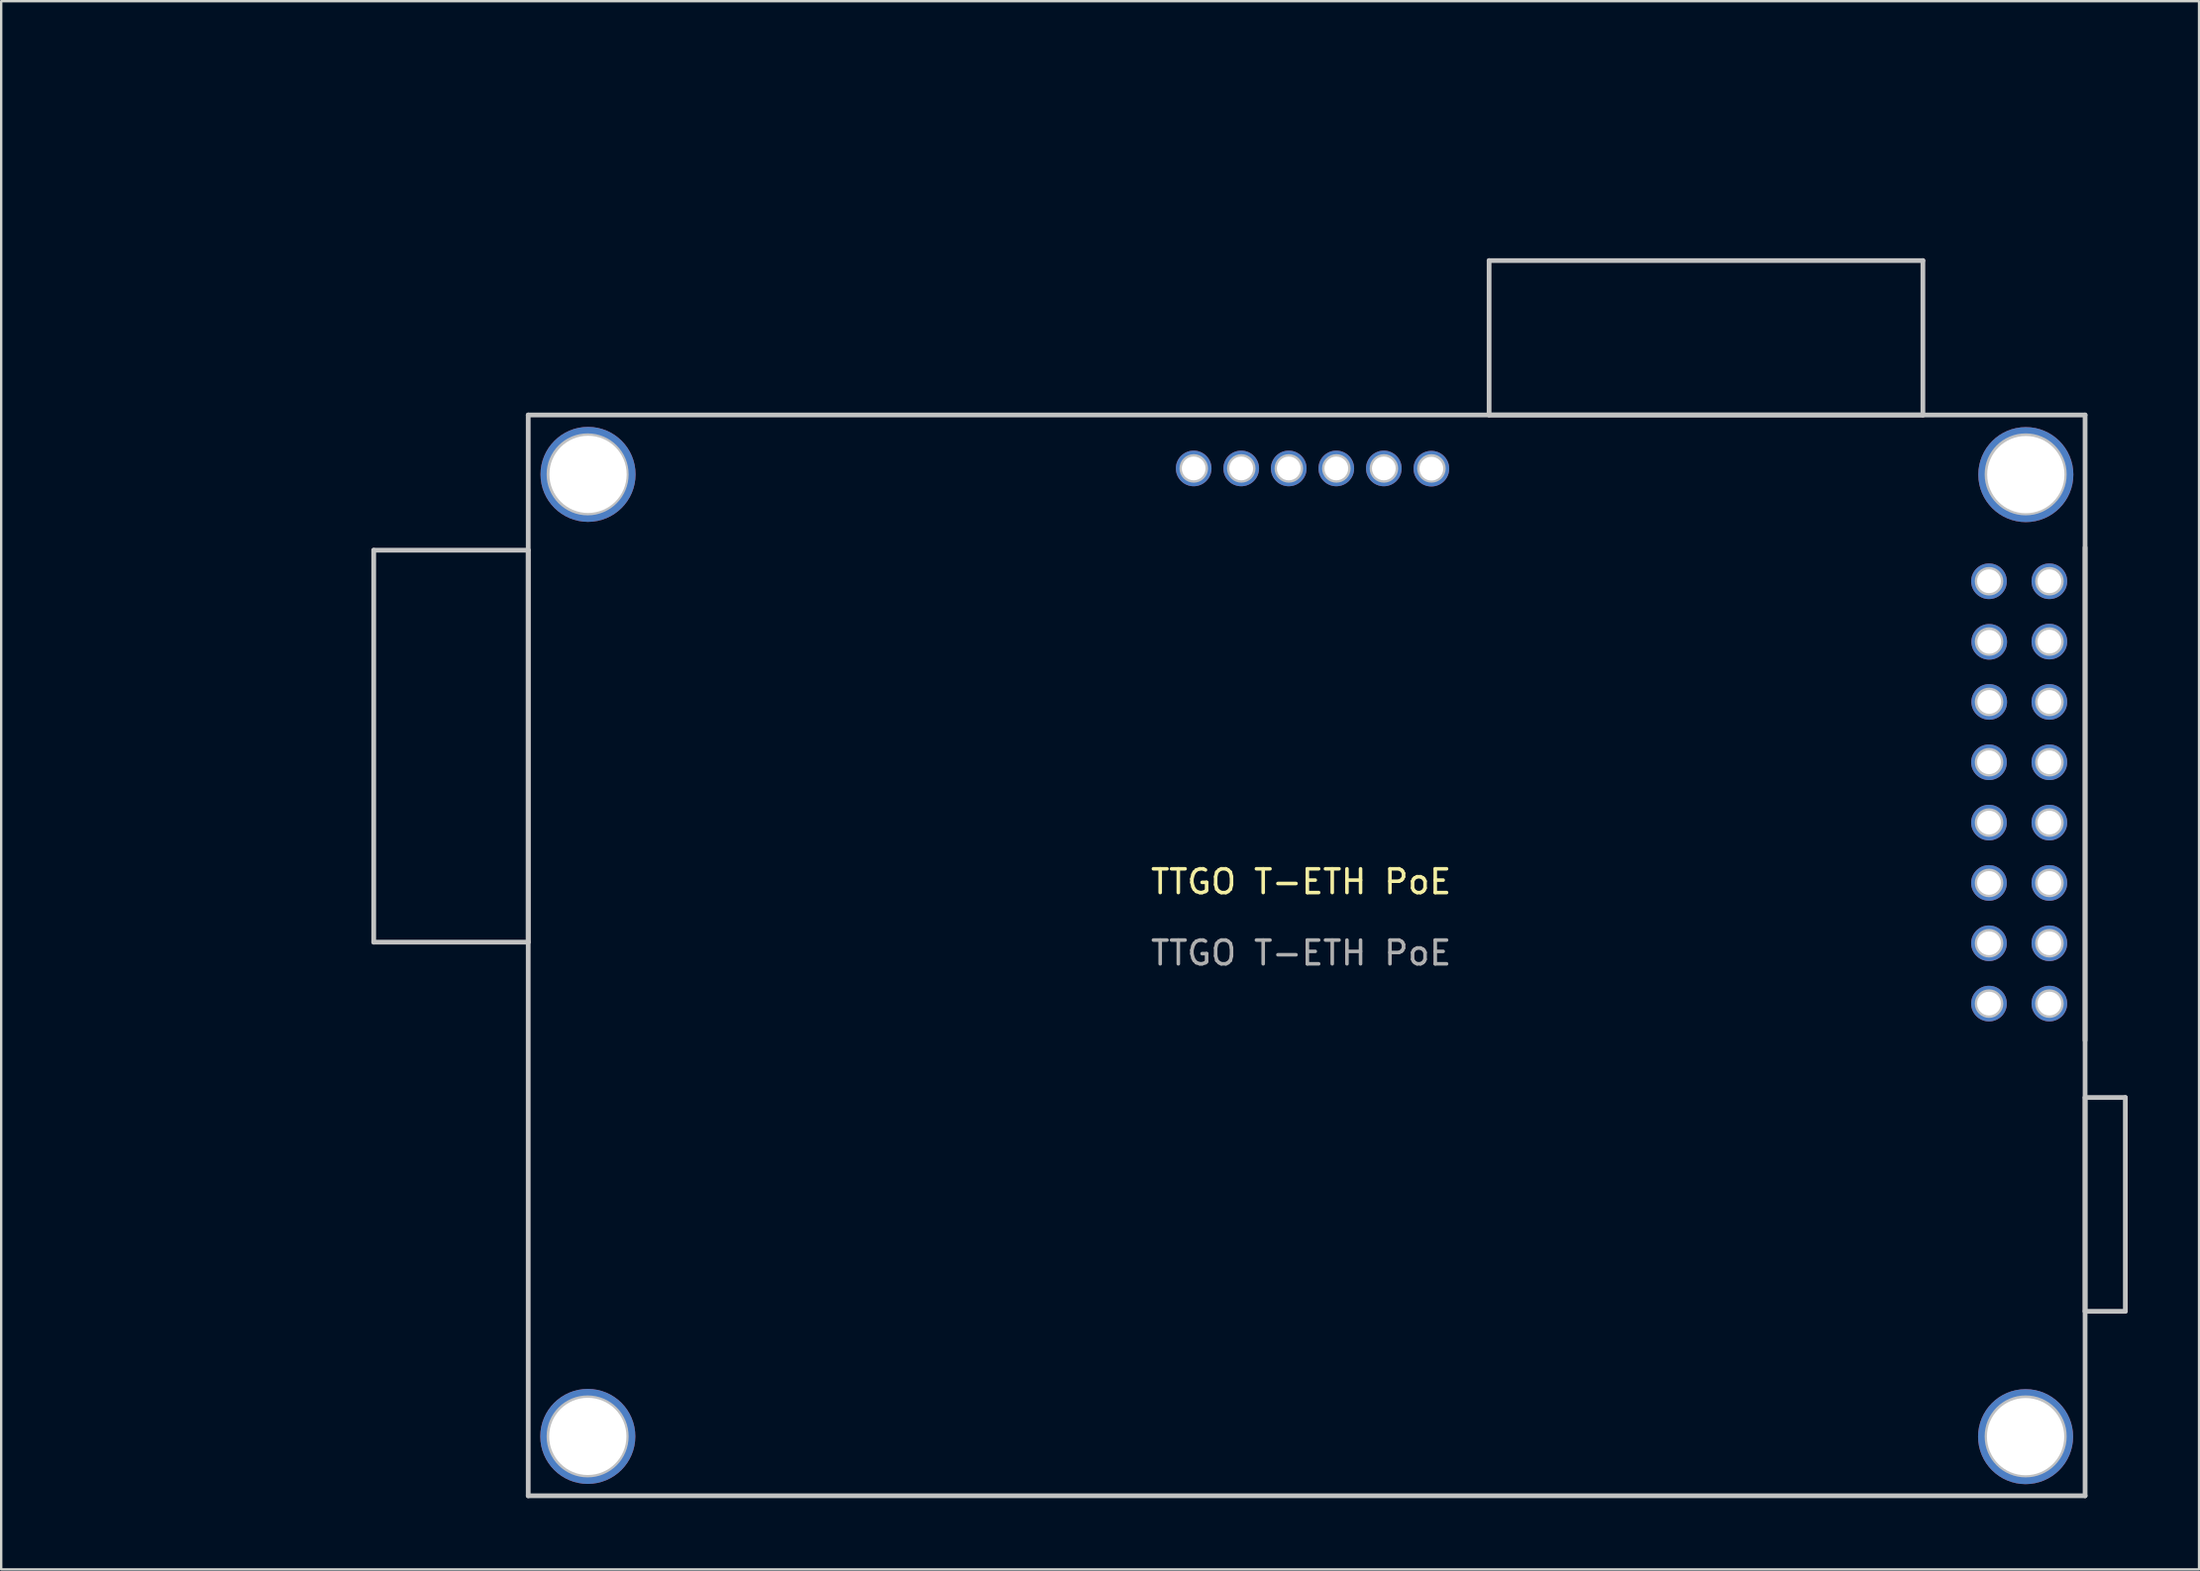
<source format=kicad_pcb>
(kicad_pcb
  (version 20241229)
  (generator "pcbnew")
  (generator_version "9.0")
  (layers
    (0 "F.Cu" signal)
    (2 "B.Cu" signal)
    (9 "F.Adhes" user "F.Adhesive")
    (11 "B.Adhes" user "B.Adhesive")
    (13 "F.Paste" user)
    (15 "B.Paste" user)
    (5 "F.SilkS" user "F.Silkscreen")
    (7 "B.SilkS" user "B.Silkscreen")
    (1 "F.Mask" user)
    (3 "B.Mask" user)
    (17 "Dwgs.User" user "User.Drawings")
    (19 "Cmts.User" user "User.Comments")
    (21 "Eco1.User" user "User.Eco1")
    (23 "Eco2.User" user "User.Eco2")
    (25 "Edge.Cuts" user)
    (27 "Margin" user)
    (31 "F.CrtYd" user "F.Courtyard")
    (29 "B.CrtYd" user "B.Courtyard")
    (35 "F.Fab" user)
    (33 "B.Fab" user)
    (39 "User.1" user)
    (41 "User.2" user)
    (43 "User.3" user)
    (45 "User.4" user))
  (footprint "TTGO T-ETH PoE"
    (layer "F.Cu")
    (at 0.25 0.25)
    (property "Reference" "TTGO T-ETH PoE" (at 51.44 33.82 0) (unlocked yes) (layer "F.SilkS") (effects (font (size 1 1) (thickness 0.15))))
    (attr through_hole)
    (fp_line (start 12.423 19.863) (end 18.923 19.863) (stroke (width 0.2) (type solid)) (layer "Dwgs.User"))
    (fp_line (start 12.423 36.363) (end 12.423 19.863) (stroke (width 0.2) (type solid)) (layer "Dwgs.User"))
    (fp_line (start 18.923 14.17) (end 18.923 59.67) (stroke (width 0.2) (type solid)) (layer "Dwgs.User"))
    (fp_line (start 18.923 19.863) (end 18.923 36.363) (stroke (width 0.2) (type solid)) (layer "Dwgs.User"))
    (fp_line (start 18.923 36.363) (end 12.423 36.363) (stroke (width 0.2) (type solid)) (layer "Dwgs.User"))
    (fp_line (start 18.923 59.67) (end 84.423 59.67) (stroke (width 0.2) (type solid)) (layer "Dwgs.User"))
    (fp_line (start 59.349 7.67) (end 77.599 7.67) (stroke (width 0.2) (type solid)) (layer "Dwgs.User"))
    (fp_line (start 59.349 14.17) (end 59.349 7.67) (stroke (width 0.2) (type solid)) (layer "Dwgs.User"))
    (fp_line (start 77.599 7.67) (end 77.599 14.17) (stroke (width 0.2) (type solid)) (layer "Dwgs.User"))
    (fp_line (start 77.599 14.17) (end 59.349 14.17) (stroke (width 0.2) (type solid)) (layer "Dwgs.User"))
    (fp_line (start 84.423 14.17) (end 18.923 14.17) (stroke (width 0.2) (type solid)) (layer "Dwgs.User"))
    (fp_line (start 84.423 40.499) (end 84.423 19.749) (stroke (width 0.2) (type solid)) (layer "Dwgs.User"))
    (fp_line (start 84.423 42.903) (end 84.423 51.903) (stroke (width 0.2) (type solid)) (layer "Dwgs.User"))
    (fp_line (start 84.423 51.903) (end 86.117 51.903) (stroke (width 0.2) (type solid)) (layer "Dwgs.User"))
    (fp_line (start 84.423 59.67) (end 84.423 14.17) (stroke (width 0.2) (type solid)) (layer "Dwgs.User"))
    (fp_line (start 86.117 42.903) (end 84.423 42.903) (stroke (width 0.2) (type solid)) (layer "Dwgs.User"))
    (fp_line (start 86.117 51.903) (end 86.117 42.903) (stroke (width 0.2) (type solid)) (layer "Dwgs.User"))
    (fp_circle (center 21.423 16.67) (end 23.048 16.67) (stroke (width 0.2) (type solid)) (fill no) (layer "Dwgs.User"))
    (fp_circle (center 21.423 57.17) (end 23.048 57.17) (stroke (width 0.2) (type solid)) (fill no) (layer "Dwgs.User"))
    (fp_circle (center 46.923 16.42) (end 47.423 16.42) (stroke (width 0.2) (type solid)) (fill no) (layer "Dwgs.User"))
    (fp_circle (center 48.923 16.42) (end 49.423 16.42) (stroke (width 0.2) (type solid)) (fill no) (layer "Dwgs.User"))
    (fp_circle (center 50.923 16.42) (end 51.423 16.42) (stroke (width 0.2) (type solid)) (fill no) (layer "Dwgs.User"))
    (fp_circle (center 52.923 16.42) (end 53.423 16.42) (stroke (width 0.2) (type solid)) (fill no) (layer "Dwgs.User"))
    (fp_circle (center 54.923 16.42) (end 55.423 16.42) (stroke (width 0.2) (type solid)) (fill no) (layer "Dwgs.User"))
    (fp_circle (center 56.923 16.42) (end 57.423 16.42) (stroke (width 0.2) (type solid)) (fill no) (layer "Dwgs.User"))
    (fp_circle (center 80.383 21.17) (end 80.883 21.17) (stroke (width 0.2) (type solid)) (fill no) (layer "Dwgs.User"))
    (fp_circle (center 80.383 23.71) (end 80.883 23.71) (stroke (width 0.2) (type solid)) (fill no) (layer "Dwgs.User"))
    (fp_circle (center 80.383 26.25) (end 80.883 26.25) (stroke (width 0.2) (type solid)) (fill no) (layer "Dwgs.User"))
    (fp_circle (center 80.383 28.79) (end 80.883 28.79) (stroke (width 0.2) (type solid)) (fill no) (layer "Dwgs.User"))
    (fp_circle (center 80.383 31.33) (end 80.883 31.33) (stroke (width 0.2) (type solid)) (fill no) (layer "Dwgs.User"))
    (fp_circle (center 80.383 33.87) (end 80.883 33.87) (stroke (width 0.2) (type solid)) (fill no) (layer "Dwgs.User"))
    (fp_circle (center 80.383 36.41) (end 80.883 36.41) (stroke (width 0.2) (type solid)) (fill no) (layer "Dwgs.User"))
    (fp_circle (center 80.383 38.95) (end 80.883 38.95) (stroke (width 0.2) (type solid)) (fill no) (layer "Dwgs.User"))
    (fp_circle (center 81.923 16.67) (end 83.548 16.67) (stroke (width 0.2) (type solid)) (fill no) (layer "Dwgs.User"))
    (fp_circle (center 81.923 57.17) (end 83.548 57.17) (stroke (width 0.2) (type solid)) (fill no) (layer "Dwgs.User"))
    (fp_circle (center 82.923 21.17) (end 83.423 21.17) (stroke (width 0.2) (type solid)) (fill no) (layer "Dwgs.User"))
    (fp_circle (center 82.923 23.71) (end 83.423 23.71) (stroke (width 0.2) (type solid)) (fill no) (layer "Dwgs.User"))
    (fp_circle (center 82.923 26.25) (end 83.423 26.25) (stroke (width 0.2) (type solid)) (fill no) (layer "Dwgs.User"))
    (fp_circle (center 82.923 28.79) (end 83.423 28.79) (stroke (width 0.2) (type solid)) (fill no) (layer "Dwgs.User"))
    (fp_circle (center 82.923 31.33) (end 83.423 31.33) (stroke (width 0.2) (type solid)) (fill no) (layer "Dwgs.User"))
    (fp_circle (center 82.923 33.87) (end 83.423 33.87) (stroke (width 0.2) (type solid)) (fill no) (layer "Dwgs.User"))
    (fp_circle (center 82.923 36.41) (end 83.423 36.41) (stroke (width 0.2) (type solid)) (fill no) (layer "Dwgs.User"))
    (fp_circle (center 82.923 38.95) (end 83.423 38.95) (stroke (width 0.2) (type solid)) (fill no) (layer "Dwgs.User"))
    (fp_text user "${REFERENCE}" (at 51.44 36.82 0) (unlocked yes) (layer "F.Fab") (effects (font (size 1 1) (thickness 0.15))))
    (pad "1" thru_hole circle (at 46.92 16.42) (size 1.5 1.5) (drill 1) (layers "*.Cu" "*.Mask"))
    (pad "2" thru_hole circle (at 48.92 16.42) (size 1.5 1.5) (drill 1) (layers "*.Cu" "*.Mask"))
    (pad "3" thru_hole circle (at 50.92 16.42) (size 1.5 1.5) (drill 1) (layers "*.Cu" "*.Mask"))
    (pad "4" thru_hole circle (at 52.92 16.42) (size 1.5 1.5) (drill 1) (layers "*.Cu" "*.Mask"))
    (pad "5" thru_hole circle (at 54.92 16.42) (size 1.5 1.5) (drill 1) (layers "*.Cu" "*.Mask"))
    (pad "6" thru_hole circle (at 56.92 16.43) (size 1.5 1.5) (drill 1) (layers "*.Cu" "*.Mask"))
    (pad "7" thru_hole circle (at 80.38 21.17) (size 1.5 1.5) (drill 1) (layers "*.Cu" "*.Mask"))
    (pad "8" thru_hole circle (at 80.39 23.72) (size 1.5 1.5) (drill 1) (layers "*.Cu" "*.Mask"))
    (pad "9" thru_hole circle (at 80.39 26.25) (size 1.5 1.5) (drill 1) (layers "*.Cu" "*.Mask"))
    (pad "10" thru_hole circle (at 80.38 28.79) (size 1.5 1.5) (drill 1) (layers "*.Cu" "*.Mask"))
    (pad "11" thru_hole circle (at 80.38 31.33) (size 1.5 1.5) (drill 1) (layers "*.Cu" "*.Mask"))
    (pad "12" thru_hole circle (at 80.38 33.87) (size 1.5 1.5) (drill 1) (layers "*.Cu" "*.Mask"))
    (pad "13" thru_hole circle (at 80.38 36.41) (size 1.5 1.5) (drill 1) (layers "*.Cu" "*.Mask"))
    (pad "14" thru_hole circle (at 80.38 38.95) (size 1.5 1.5) (drill 1) (layers "*.Cu" "*.Mask"))
    (pad "15" thru_hole circle (at 82.92 21.17) (size 1.5 1.5) (drill 1) (layers "*.Cu" "*.Mask"))
    (pad "16" thru_hole circle (at 82.92 23.71) (size 1.5 1.5) (drill 1) (layers "*.Cu" "*.Mask"))
    (pad "17" thru_hole circle (at 82.92 26.25) (size 1.5 1.5) (drill 1) (layers "*.Cu" "*.Mask"))
    (pad "18" thru_hole circle (at 82.92 28.79) (size 1.5 1.5) (drill 1) (layers "*.Cu" "*.Mask"))
    (pad "19" thru_hole circle (at 82.92 31.33) (size 1.5 1.5) (drill 1) (layers "*.Cu" "*.Mask"))
    (pad "20" thru_hole circle (at 82.92 33.87) (size 1.5 1.5) (drill 1) (layers "*.Cu" "*.Mask"))
    (pad "21" thru_hole circle (at 82.92 36.41) (size 1.5 1.5) (drill 1) (layers "*.Cu" "*.Mask"))
    (pad "22" thru_hole circle (at 82.92 38.95) (size 1.5 1.5) (drill 1) (layers "*.Cu" "*.Mask"))
    (pad "Mounting Hole" thru_hole circle (at 21.43 57.17) (size 4 4) (drill 3.25) (layers "*.Cu" "*.Mask"))
    (pad "Mounting Hole" thru_hole circle (at 21.44 16.67) (size 4 4) (drill 3.25) (layers "*.Cu" "*.Mask"))
    (pad "Mounting Hole" thru_hole circle (at 81.92 57.18) (size 4 4) (drill 3.25) (layers "*.Cu" "*.Mask"))
    (pad "Mounting Hole" thru_hole circle (at 81.93 16.68) (size 4 4) (drill 3.25) (layers "*.Cu" "*.Mask")))
  (gr_rect
    (start -3 -3)
    (end 89.467 63.02)
    (stroke (width 0.1) (type default))
    (fill no)
    (layer "Edge.Cuts")))
</source>
